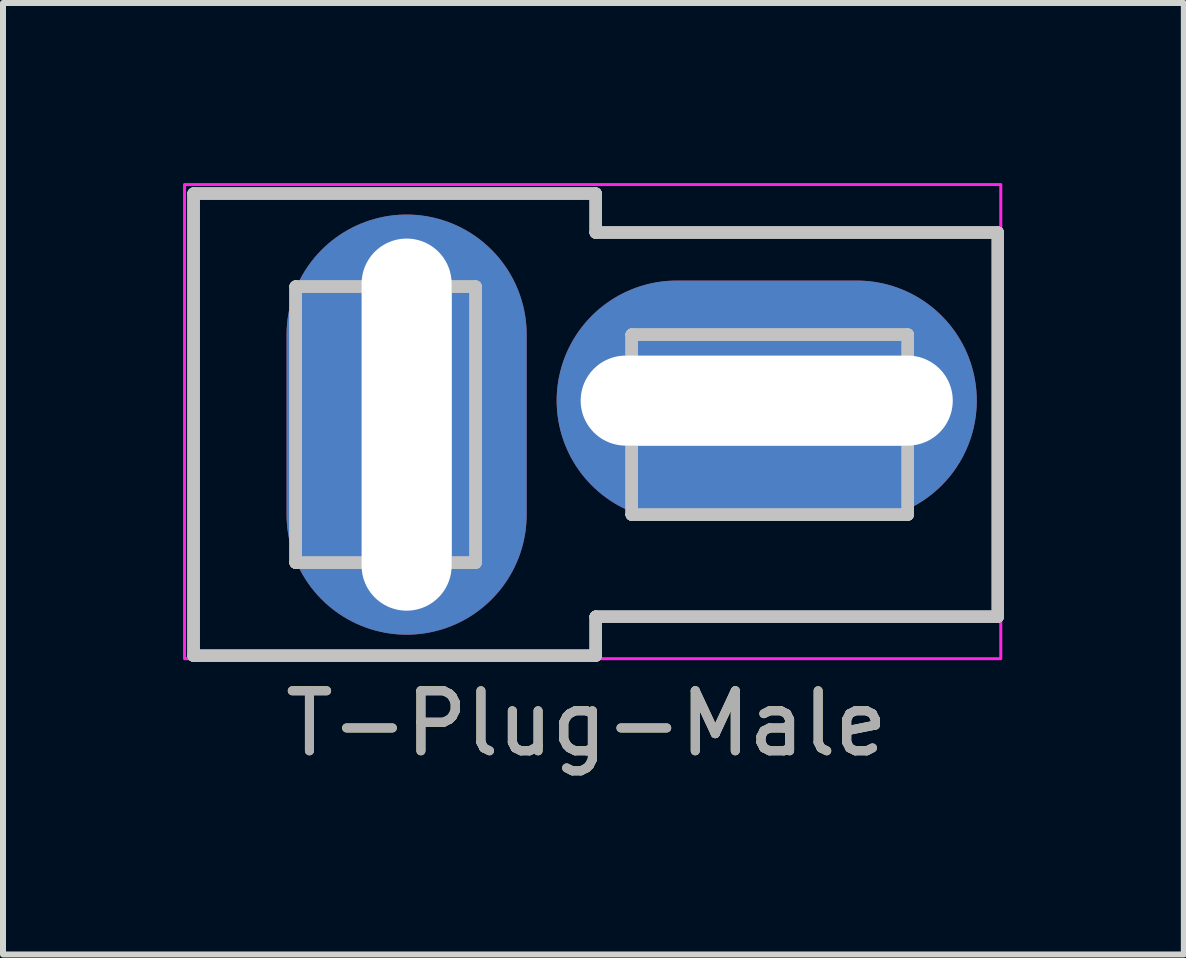
<source format=kicad_pcb>
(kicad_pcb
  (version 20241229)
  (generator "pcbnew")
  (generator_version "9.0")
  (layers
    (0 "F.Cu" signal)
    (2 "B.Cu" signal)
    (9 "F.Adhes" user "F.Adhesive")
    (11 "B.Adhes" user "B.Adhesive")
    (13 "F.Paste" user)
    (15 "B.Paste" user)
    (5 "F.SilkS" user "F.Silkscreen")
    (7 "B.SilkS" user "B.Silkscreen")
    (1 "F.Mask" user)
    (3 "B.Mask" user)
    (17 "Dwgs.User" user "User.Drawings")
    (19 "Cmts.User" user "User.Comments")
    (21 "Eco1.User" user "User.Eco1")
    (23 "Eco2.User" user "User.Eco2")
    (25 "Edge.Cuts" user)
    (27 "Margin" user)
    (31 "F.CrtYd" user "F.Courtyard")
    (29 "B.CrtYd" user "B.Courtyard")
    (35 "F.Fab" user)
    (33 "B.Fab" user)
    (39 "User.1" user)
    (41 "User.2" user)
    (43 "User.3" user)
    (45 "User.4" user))
  (footprint "T-Plug-Male"
    (layer "F.Cu")
    (at 6.725 3.925)
    (property "Reference" "T-Plug-Male" (at 0 5.08 0) (unlocked yes) (layer "F.SilkS") (effects (font (size 1 1) (thickness 0.15))))
    (attr through_hole)
    (fp_line (start -6.55 -3.75) (end -6.55 -3.75) (stroke (width 0.2) (type solid)) (layer "Dwgs.User"))
    (fp_line (start -6.55 -3.75) (end -6.55 -3.75) (stroke (width 0.2) (type solid)) (layer "Dwgs.User"))
    (fp_line (start -6.55 -3.75) (end 0.15 -3.75) (stroke (width 0.2) (type solid)) (layer "Dwgs.User"))
    (fp_line (start -6.55 -3.75) (end 0.15 -3.75) (stroke (width 0.2) (type solid)) (layer "Dwgs.User"))
    (fp_line (start -6.55 -3.75) (end 0.15 -3.75) (stroke (width 0.2) (type solid)) (layer "Dwgs.User"))
    (fp_line (start -6.55 -3.75) (end 0.15 -3.75) (stroke (width 0.2) (type solid)) (layer "Dwgs.User"))
    (fp_line (start -6.55 3.95) (end -6.55 -3.75) (stroke (width 0.2) (type solid)) (layer "Dwgs.User"))
    (fp_line (start -6.55 3.95) (end -6.55 -3.75) (stroke (width 0.2) (type solid)) (layer "Dwgs.User"))
    (fp_line (start -6.55 3.95) (end -6.55 -3.75) (stroke (width 0.2) (type solid)) (layer "Dwgs.User"))
    (fp_line (start -6.55 3.95) (end -6.55 -3.75) (stroke (width 0.2) (type solid)) (layer "Dwgs.User"))
    (fp_line (start -6.55 3.95) (end -6.55 3.95) (stroke (width 0.2) (type solid)) (layer "Dwgs.User"))
    (fp_line (start -6.55 3.95) (end -6.55 3.95) (stroke (width 0.2) (type solid)) (layer "Dwgs.User"))
    (fp_line (start -4.85 -2.2) (end -4.85 -2.2) (stroke (width 0.2) (type solid)) (layer "Dwgs.User"))
    (fp_line (start -4.85 -2.2) (end -4.85 -2.2) (stroke (width 0.2) (type solid)) (layer "Dwgs.User"))
    (fp_line (start -4.85 -2.2) (end -4.85 2.4) (stroke (width 0.2) (type solid)) (layer "Dwgs.User"))
    (fp_line (start -4.85 -2.2) (end -4.85 2.4) (stroke (width 0.2) (type solid)) (layer "Dwgs.User"))
    (fp_line (start -4.85 -2.2) (end -4.85 2.4) (stroke (width 0.2) (type solid)) (layer "Dwgs.User"))
    (fp_line (start -4.85 -2.2) (end -4.85 2.4) (stroke (width 0.2) (type solid)) (layer "Dwgs.User"))
    (fp_line (start -4.85 2.4) (end -4.85 2.4) (stroke (width 0.2) (type solid)) (layer "Dwgs.User"))
    (fp_line (start -4.85 2.4) (end -4.85 2.4) (stroke (width 0.2) (type solid)) (layer "Dwgs.User"))
    (fp_line (start -4.85 2.4) (end -3.6 2.4) (stroke (width 0.2) (type solid)) (layer "Dwgs.User"))
    (fp_line (start -4.85 2.4) (end -3.6 2.4) (stroke (width 0.2) (type solid)) (layer "Dwgs.User"))
    (fp_line (start -4.85 2.4) (end -3.6 2.4) (stroke (width 0.2) (type solid)) (layer "Dwgs.User"))
    (fp_line (start -4.85 2.4) (end -3.6 2.4) (stroke (width 0.2) (type solid)) (layer "Dwgs.User"))
    (fp_line (start -3.6 -2.2) (end -4.85 -2.2) (stroke (width 0.2) (type solid)) (layer "Dwgs.User"))
    (fp_line (start -3.6 -2.2) (end -4.85 -2.2) (stroke (width 0.2) (type solid)) (layer "Dwgs.User"))
    (fp_line (start -3.6 -2.2) (end -4.85 -2.2) (stroke (width 0.2) (type solid)) (layer "Dwgs.User"))
    (fp_line (start -3.6 -2.2) (end -4.85 -2.2) (stroke (width 0.2) (type solid)) (layer "Dwgs.User"))
    (fp_line (start -3.6 -2.2) (end -3.6 -2.2) (stroke (width 0.2) (type solid)) (layer "Dwgs.User"))
    (fp_line (start -3.6 -2.2) (end -3.6 -2.2) (stroke (width 0.2) (type solid)) (layer "Dwgs.User"))
    (fp_line (start -3.6 -2.2) (end -3.6 -2.2) (stroke (width 0.2) (type solid)) (layer "Dwgs.User"))
    (fp_line (start -3.6 -2.2) (end -3.6 -2.2) (stroke (width 0.2) (type solid)) (layer "Dwgs.User"))
    (fp_line (start -3.6 -2.2) (end -3.6 -2.2) (stroke (width 0.2) (type solid)) (layer "Dwgs.User"))
    (fp_line (start -3.6 -2.2) (end -3.6 -2.2) (stroke (width 0.2) (type solid)) (layer "Dwgs.User"))
    (fp_line (start -3.6 -2.2) (end -3.6 2.4) (stroke (width 0.2) (type solid)) (layer "Dwgs.User"))
    (fp_line (start -3.6 -2.2) (end -3.6 2.4) (stroke (width 0.2) (type solid)) (layer "Dwgs.User"))
    (fp_line (start -3.6 -2.2) (end -3.6 2.4) (stroke (width 0.2) (type solid)) (layer "Dwgs.User"))
    (fp_line (start -3.6 -2.2) (end -3.6 2.4) (stroke (width 0.2) (type solid)) (layer "Dwgs.User"))
    (fp_line (start -3.6 -2.2) (end -2.35 -2.2) (stroke (width 0.2) (type solid)) (layer "Dwgs.User"))
    (fp_line (start -3.6 -2.2) (end -2.35 -2.2) (stroke (width 0.2) (type solid)) (layer "Dwgs.User"))
    (fp_line (start -3.6 2.4) (end -3.6 -2.2) (stroke (width 0.2) (type solid)) (layer "Dwgs.User"))
    (fp_line (start -3.6 2.4) (end -3.6 -2.2) (stroke (width 0.2) (type solid)) (layer "Dwgs.User"))
    (fp_line (start -3.6 2.4) (end -3.6 -2.2) (stroke (width 0.2) (type solid)) (layer "Dwgs.User"))
    (fp_line (start -3.6 2.4) (end -3.6 -2.2) (stroke (width 0.2) (type solid)) (layer "Dwgs.User"))
    (fp_line (start -3.6 2.4) (end -3.6 2.4) (stroke (width 0.2) (type solid)) (layer "Dwgs.User"))
    (fp_line (start -3.6 2.4) (end -3.6 2.4) (stroke (width 0.2) (type solid)) (layer "Dwgs.User"))
    (fp_line (start -3.6 2.4) (end -3.6 2.4) (stroke (width 0.2) (type solid)) (layer "Dwgs.User"))
    (fp_line (start -3.6 2.4) (end -3.6 2.4) (stroke (width 0.2) (type solid)) (layer "Dwgs.User"))
    (fp_line (start -3.6 2.4) (end -3.6 2.4) (stroke (width 0.2) (type solid)) (layer "Dwgs.User"))
    (fp_line (start -3.6 2.4) (end -3.6 2.4) (stroke (width 0.2) (type solid)) (layer "Dwgs.User"))
    (fp_line (start -3.6 2.4) (end -2.35 2.4) (stroke (width 0.2) (type solid)) (layer "Dwgs.User"))
    (fp_line (start -3.6 2.4) (end -2.35 2.4) (stroke (width 0.2) (type solid)) (layer "Dwgs.User"))
    (fp_line (start -3.6 2.4) (end -2.35 2.4) (stroke (width 0.2) (type solid)) (layer "Dwgs.User"))
    (fp_line (start -3.6 2.4) (end -2.35 2.4) (stroke (width 0.2) (type solid)) (layer "Dwgs.User"))
    (fp_line (start -3.6 2.4) (end -2.35 2.4) (stroke (width 0.2) (type solid)) (layer "Dwgs.User"))
    (fp_line (start -3.6 2.4) (end -2.35 2.4) (stroke (width 0.2) (type solid)) (layer "Dwgs.User"))
    (fp_line (start -2.35 -2.2) (end -3.6 -2.2) (stroke (width 0.2) (type solid)) (layer "Dwgs.User"))
    (fp_line (start -2.35 -2.2) (end -3.6 -2.2) (stroke (width 0.2) (type solid)) (layer "Dwgs.User"))
    (fp_line (start -2.35 -2.2) (end -3.6 -2.2) (stroke (width 0.2) (type solid)) (layer "Dwgs.User"))
    (fp_line (start -2.35 -2.2) (end -3.6 -2.2) (stroke (width 0.2) (type solid)) (layer "Dwgs.User"))
    (fp_line (start -2.35 -2.2) (end -3.6 -2.2) (stroke (width 0.2) (type solid)) (layer "Dwgs.User"))
    (fp_line (start -2.35 -2.2) (end -3.6 -2.2) (stroke (width 0.2) (type solid)) (layer "Dwgs.User"))
    (fp_line (start -2.35 -2.2) (end -2.35 -2.2) (stroke (width 0.2) (type solid)) (layer "Dwgs.User"))
    (fp_line (start -2.35 -2.2) (end -2.35 -2.2) (stroke (width 0.2) (type solid)) (layer "Dwgs.User"))
    (fp_line (start -2.35 -2.2) (end -2.35 -2.2) (stroke (width 0.2) (type solid)) (layer "Dwgs.User"))
    (fp_line (start -2.35 -2.2) (end -2.35 -2.2) (stroke (width 0.2) (type solid)) (layer "Dwgs.User"))
    (fp_line (start -2.35 -2.2) (end -2.35 -2.2) (stroke (width 0.2) (type solid)) (layer "Dwgs.User"))
    (fp_line (start -2.35 -2.2) (end -2.35 -2.2) (stroke (width 0.2) (type solid)) (layer "Dwgs.User"))
    (fp_line (start -2.35 -2.2) (end -2.35 2.4) (stroke (width 0.2) (type solid)) (layer "Dwgs.User"))
    (fp_line (start -2.35 -2.2) (end -2.35 2.4) (stroke (width 0.2) (type solid)) (layer "Dwgs.User"))
    (fp_line (start -2.35 -2.2) (end -2.35 2.4) (stroke (width 0.2) (type solid)) (layer "Dwgs.User"))
    (fp_line (start -2.35 -2.2) (end -2.35 2.4) (stroke (width 0.2) (type solid)) (layer "Dwgs.User"))
    (fp_line (start -2.35 2.4) (end -3.6 2.4) (stroke (width 0.2) (type solid)) (layer "Dwgs.User"))
    (fp_line (start -2.35 2.4) (end -3.6 2.4) (stroke (width 0.2) (type solid)) (layer "Dwgs.User"))
    (fp_line (start -2.35 2.4) (end -2.35 -2.2) (stroke (width 0.2) (type solid)) (layer "Dwgs.User"))
    (fp_line (start -2.35 2.4) (end -2.35 -2.2) (stroke (width 0.2) (type solid)) (layer "Dwgs.User"))
    (fp_line (start -2.35 2.4) (end -2.35 -2.2) (stroke (width 0.2) (type solid)) (layer "Dwgs.User"))
    (fp_line (start -2.35 2.4) (end -2.35 -2.2) (stroke (width 0.2) (type solid)) (layer "Dwgs.User"))
    (fp_line (start -2.35 2.4) (end -2.35 2.4) (stroke (width 0.2) (type solid)) (layer "Dwgs.User"))
    (fp_line (start -2.35 2.4) (end -2.35 2.4) (stroke (width 0.2) (type solid)) (layer "Dwgs.User"))
    (fp_line (start -2.35 2.4) (end -2.35 2.4) (stroke (width 0.2) (type solid)) (layer "Dwgs.User"))
    (fp_line (start -2.35 2.4) (end -2.35 2.4) (stroke (width 0.2) (type solid)) (layer "Dwgs.User"))
    (fp_line (start -2.35 2.4) (end -2.35 2.4) (stroke (width 0.2) (type solid)) (layer "Dwgs.User"))
    (fp_line (start -2.35 2.4) (end -2.35 2.4) (stroke (width 0.2) (type solid)) (layer "Dwgs.User"))
    (fp_line (start -2.35 2.4) (end -1.85 2.4) (stroke (width 0.2) (type solid)) (layer "Dwgs.User"))
    (fp_line (start -2.35 2.4) (end -1.85 2.4) (stroke (width 0.2) (type solid)) (layer "Dwgs.User"))
    (fp_line (start -2.35 2.4) (end -1.85 2.4) (stroke (width 0.2) (type solid)) (layer "Dwgs.User"))
    (fp_line (start -2.35 2.4) (end -1.85 2.4) (stroke (width 0.2) (type solid)) (layer "Dwgs.User"))
    (fp_line (start -1.85 -2.2) (end -2.35 -2.2) (stroke (width 0.2) (type solid)) (layer "Dwgs.User"))
    (fp_line (start -1.85 -2.2) (end -2.35 -2.2) (stroke (width 0.2) (type solid)) (layer "Dwgs.User"))
    (fp_line (start -1.85 -2.2) (end -2.35 -2.2) (stroke (width 0.2) (type solid)) (layer "Dwgs.User"))
    (fp_line (start -1.85 -2.2) (end -2.35 -2.2) (stroke (width 0.2) (type solid)) (layer "Dwgs.User"))
    (fp_line (start -1.85 -2.2) (end -1.85 -2.2) (stroke (width 0.2) (type solid)) (layer "Dwgs.User"))
    (fp_line (start -1.85 -2.2) (end -1.85 -2.2) (stroke (width 0.2) (type solid)) (layer "Dwgs.User"))
    (fp_line (start -1.85 2.4) (end -1.85 -2.2) (stroke (width 0.2) (type solid)) (layer "Dwgs.User"))
    (fp_line (start -1.85 2.4) (end -1.85 -2.2) (stroke (width 0.2) (type solid)) (layer "Dwgs.User"))
    (fp_line (start -1.85 2.4) (end -1.85 -2.2) (stroke (width 0.2) (type solid)) (layer "Dwgs.User"))
    (fp_line (start -1.85 2.4) (end -1.85 -2.2) (stroke (width 0.2) (type solid)) (layer "Dwgs.User"))
    (fp_line (start -1.85 2.4) (end -1.85 2.4) (stroke (width 0.2) (type solid)) (layer "Dwgs.User"))
    (fp_line (start -1.85 2.4) (end -1.85 2.4) (stroke (width 0.2) (type solid)) (layer "Dwgs.User"))
    (fp_line (start 0.15 -3.75) (end 0.15 -3.75) (stroke (width 0.2) (type solid)) (layer "Dwgs.User"))
    (fp_line (start 0.15 -3.75) (end 0.15 -3.75) (stroke (width 0.2) (type solid)) (layer "Dwgs.User"))
    (fp_line (start 0.15 -3.75) (end 0.15 -3.1) (stroke (width 0.2) (type solid)) (layer "Dwgs.User"))
    (fp_line (start 0.15 -3.75) (end 0.15 -3.1) (stroke (width 0.2) (type solid)) (layer "Dwgs.User"))
    (fp_line (start 0.15 -3.75) (end 0.15 -3.1) (stroke (width 0.2) (type solid)) (layer "Dwgs.User"))
    (fp_line (start 0.15 -3.75) (end 0.15 -3.1) (stroke (width 0.2) (type solid)) (layer "Dwgs.User"))
    (fp_line (start 0.15 -3.1) (end 0.15 -3.1) (stroke (width 0.2) (type solid)) (layer "Dwgs.User"))
    (fp_line (start 0.15 -3.1) (end 0.15 -3.1) (stroke (width 0.2) (type solid)) (layer "Dwgs.User"))
    (fp_line (start 0.15 3.3) (end 0.15 3.3) (stroke (width 0.2) (type solid)) (layer "Dwgs.User"))
    (fp_line (start 0.15 3.3) (end 0.15 3.3) (stroke (width 0.2) (type solid)) (layer "Dwgs.User"))
    (fp_line (start 0.15 3.3) (end 0.15 3.95) (stroke (width 0.2) (type solid)) (layer "Dwgs.User"))
    (fp_line (start 0.15 3.3) (end 0.15 3.95) (stroke (width 0.2) (type solid)) (layer "Dwgs.User"))
    (fp_line (start 0.15 3.3) (end 0.15 3.95) (stroke (width 0.2) (type solid)) (layer "Dwgs.User"))
    (fp_line (start 0.15 3.3) (end 0.15 3.95) (stroke (width 0.2) (type solid)) (layer "Dwgs.User"))
    (fp_line (start 0.15 3.3) (end 6.85 3.3) (stroke (width 0.2) (type solid)) (layer "Dwgs.User"))
    (fp_line (start 0.15 3.3) (end 6.85 3.3) (stroke (width 0.2) (type solid)) (layer "Dwgs.User"))
    (fp_line (start 0.15 3.3) (end 6.85 3.3) (stroke (width 0.2) (type solid)) (layer "Dwgs.User"))
    (fp_line (start 0.15 3.3) (end 6.85 3.3) (stroke (width 0.2) (type solid)) (layer "Dwgs.User"))
    (fp_line (start 0.15 3.95) (end -6.55 3.95) (stroke (width 0.2) (type solid)) (layer "Dwgs.User"))
    (fp_line (start 0.15 3.95) (end -6.55 3.95) (stroke (width 0.2) (type solid)) (layer "Dwgs.User"))
    (fp_line (start 0.15 3.95) (end -6.55 3.95) (stroke (width 0.2) (type solid)) (layer "Dwgs.User"))
    (fp_line (start 0.15 3.95) (end -6.55 3.95) (stroke (width 0.2) (type solid)) (layer "Dwgs.User"))
    (fp_line (start 0.15 3.95) (end 0.15 3.95) (stroke (width 0.2) (type solid)) (layer "Dwgs.User"))
    (fp_line (start 0.15 3.95) (end 0.15 3.95) (stroke (width 0.2) (type solid)) (layer "Dwgs.User"))
    (fp_line (start 0.75 -1.4) (end 0.75 -1.4) (stroke (width 0.2) (type solid)) (layer "Dwgs.User"))
    (fp_line (start 0.75 -1.4) (end 0.75 -1.4) (stroke (width 0.2) (type solid)) (layer "Dwgs.User"))
    (fp_line (start 0.75 -1.4) (end 5.35 -1.4) (stroke (width 0.2) (type solid)) (layer "Dwgs.User"))
    (fp_line (start 0.75 -1.4) (end 5.35 -1.4) (stroke (width 0.2) (type solid)) (layer "Dwgs.User"))
    (fp_line (start 0.75 -1.4) (end 5.35 -1.4) (stroke (width 0.2) (type solid)) (layer "Dwgs.User"))
    (fp_line (start 0.75 -1.4) (end 5.35 -1.4) (stroke (width 0.2) (type solid)) (layer "Dwgs.User"))
    (fp_line (start 0.75 -0.9) (end 0.75 -1.4) (stroke (width 0.2) (type solid)) (layer "Dwgs.User"))
    (fp_line (start 0.75 -0.9) (end 0.75 -1.4) (stroke (width 0.2) (type solid)) (layer "Dwgs.User"))
    (fp_line (start 0.75 -0.9) (end 0.75 -1.4) (stroke (width 0.2) (type solid)) (layer "Dwgs.User"))
    (fp_line (start 0.75 -0.9) (end 0.75 -1.4) (stroke (width 0.2) (type solid)) (layer "Dwgs.User"))
    (fp_line (start 0.75 -0.9) (end 0.75 -0.9) (stroke (width 0.2) (type solid)) (layer "Dwgs.User"))
    (fp_line (start 0.75 -0.9) (end 0.75 -0.9) (stroke (width 0.2) (type solid)) (layer "Dwgs.User"))
    (fp_line (start 0.75 -0.9) (end 0.75 -0.9) (stroke (width 0.2) (type solid)) (layer "Dwgs.User"))
    (fp_line (start 0.75 -0.9) (end 0.75 -0.9) (stroke (width 0.2) (type solid)) (layer "Dwgs.User"))
    (fp_line (start 0.75 -0.9) (end 0.75 -0.9) (stroke (width 0.2) (type solid)) (layer "Dwgs.User"))
    (fp_line (start 0.75 -0.9) (end 0.75 -0.9) (stroke (width 0.2) (type solid)) (layer "Dwgs.User"))
    (fp_line (start 0.75 -0.9) (end 0.75 0.35) (stroke (width 0.2) (type solid)) (layer "Dwgs.User"))
    (fp_line (start 0.75 -0.9) (end 0.75 0.35) (stroke (width 0.2) (type solid)) (layer "Dwgs.User"))
    (fp_line (start 0.75 -0.9) (end 0.75 0.35) (stroke (width 0.2) (type solid)) (layer "Dwgs.User"))
    (fp_line (start 0.75 -0.9) (end 0.75 0.35) (stroke (width 0.2) (type solid)) (layer "Dwgs.User"))
    (fp_line (start 0.75 -0.9) (end 5.35 -0.9) (stroke (width 0.2) (type solid)) (layer "Dwgs.User"))
    (fp_line (start 0.75 -0.9) (end 5.35 -0.9) (stroke (width 0.2) (type solid)) (layer "Dwgs.User"))
    (fp_line (start 0.75 -0.9) (end 5.35 -0.9) (stroke (width 0.2) (type solid)) (layer "Dwgs.User"))
    (fp_line (start 0.75 -0.9) (end 5.35 -0.9) (stroke (width 0.2) (type solid)) (layer "Dwgs.User"))
    (fp_line (start 0.75 0.35) (end 0.75 -0.9) (stroke (width 0.2) (type solid)) (layer "Dwgs.User"))
    (fp_line (start 0.75 0.35) (end 0.75 -0.9) (stroke (width 0.2) (type solid)) (layer "Dwgs.User"))
    (fp_line (start 0.75 0.35) (end 0.75 -0.9) (stroke (width 0.2) (type solid)) (layer "Dwgs.User"))
    (fp_line (start 0.75 0.35) (end 0.75 -0.9) (stroke (width 0.2) (type solid)) (layer "Dwgs.User"))
    (fp_line (start 0.75 0.35) (end 0.75 0.35) (stroke (width 0.2) (type solid)) (layer "Dwgs.User"))
    (fp_line (start 0.75 0.35) (end 0.75 0.35) (stroke (width 0.2) (type solid)) (layer "Dwgs.User"))
    (fp_line (start 0.75 0.35) (end 0.75 0.35) (stroke (width 0.2) (type solid)) (layer "Dwgs.User"))
    (fp_line (start 0.75 0.35) (end 0.75 0.35) (stroke (width 0.2) (type solid)) (layer "Dwgs.User"))
    (fp_line (start 0.75 0.35) (end 0.75 0.35) (stroke (width 0.2) (type solid)) (layer "Dwgs.User"))
    (fp_line (start 0.75 0.35) (end 0.75 0.35) (stroke (width 0.2) (type solid)) (layer "Dwgs.User"))
    (fp_line (start 0.75 0.35) (end 5.35 0.35) (stroke (width 0.2) (type solid)) (layer "Dwgs.User"))
    (fp_line (start 0.75 0.35) (end 5.35 0.35) (stroke (width 0.2) (type solid)) (layer "Dwgs.User"))
    (fp_line (start 0.75 0.35) (end 5.35 0.35) (stroke (width 0.2) (type solid)) (layer "Dwgs.User"))
    (fp_line (start 0.75 0.35) (end 5.35 0.35) (stroke (width 0.2) (type solid)) (layer "Dwgs.User"))
    (fp_line (start 0.75 1.6) (end 0.75 0.35) (stroke (width 0.2) (type solid)) (layer "Dwgs.User"))
    (fp_line (start 0.75 1.6) (end 0.75 0.35) (stroke (width 0.2) (type solid)) (layer "Dwgs.User"))
    (fp_line (start 0.75 1.6) (end 0.75 0.35) (stroke (width 0.2) (type solid)) (layer "Dwgs.User"))
    (fp_line (start 0.75 1.6) (end 0.75 0.35) (stroke (width 0.2) (type solid)) (layer "Dwgs.User"))
    (fp_line (start 0.75 1.6) (end 0.75 1.6) (stroke (width 0.2) (type solid)) (layer "Dwgs.User"))
    (fp_line (start 0.75 1.6) (end 0.75 1.6) (stroke (width 0.2) (type solid)) (layer "Dwgs.User"))
    (fp_line (start 5.35 -1.4) (end 5.35 -1.4) (stroke (width 0.2) (type solid)) (layer "Dwgs.User"))
    (fp_line (start 5.35 -1.4) (end 5.35 -1.4) (stroke (width 0.2) (type solid)) (layer "Dwgs.User"))
    (fp_line (start 5.35 -1.4) (end 5.35 -0.9) (stroke (width 0.2) (type solid)) (layer "Dwgs.User"))
    (fp_line (start 5.35 -1.4) (end 5.35 -0.9) (stroke (width 0.2) (type solid)) (layer "Dwgs.User"))
    (fp_line (start 5.35 -1.4) (end 5.35 -0.9) (stroke (width 0.2) (type solid)) (layer "Dwgs.User"))
    (fp_line (start 5.35 -1.4) (end 5.35 -0.9) (stroke (width 0.2) (type solid)) (layer "Dwgs.User"))
    (fp_line (start 5.35 -0.9) (end 0.75 -0.9) (stroke (width 0.2) (type solid)) (layer "Dwgs.User"))
    (fp_line (start 5.35 -0.9) (end 0.75 -0.9) (stroke (width 0.2) (type solid)) (layer "Dwgs.User"))
    (fp_line (start 5.35 -0.9) (end 0.75 -0.9) (stroke (width 0.2) (type solid)) (layer "Dwgs.User"))
    (fp_line (start 5.35 -0.9) (end 0.75 -0.9) (stroke (width 0.2) (type solid)) (layer "Dwgs.User"))
    (fp_line (start 5.35 -0.9) (end 5.35 -0.9) (stroke (width 0.2) (type solid)) (layer "Dwgs.User"))
    (fp_line (start 5.35 -0.9) (end 5.35 -0.9) (stroke (width 0.2) (type solid)) (layer "Dwgs.User"))
    (fp_line (start 5.35 -0.9) (end 5.35 -0.9) (stroke (width 0.2) (type solid)) (layer "Dwgs.User"))
    (fp_line (start 5.35 -0.9) (end 5.35 -0.9) (stroke (width 0.2) (type solid)) (layer "Dwgs.User"))
    (fp_line (start 5.35 -0.9) (end 5.35 -0.9) (stroke (width 0.2) (type solid)) (layer "Dwgs.User"))
    (fp_line (start 5.35 -0.9) (end 5.35 -0.9) (stroke (width 0.2) (type solid)) (layer "Dwgs.User"))
    (fp_line (start 5.35 -0.9) (end 5.35 0.35) (stroke (width 0.2) (type solid)) (layer "Dwgs.User"))
    (fp_line (start 5.35 -0.9) (end 5.35 0.35) (stroke (width 0.2) (type solid)) (layer "Dwgs.User"))
    (fp_line (start 5.35 -0.9) (end 5.35 0.35) (stroke (width 0.2) (type solid)) (layer "Dwgs.User"))
    (fp_line (start 5.35 -0.9) (end 5.35 0.35) (stroke (width 0.2) (type solid)) (layer "Dwgs.User"))
    (fp_line (start 5.35 0.35) (end 0.75 0.35) (stroke (width 0.2) (type solid)) (layer "Dwgs.User"))
    (fp_line (start 5.35 0.35) (end 0.75 0.35) (stroke (width 0.2) (type solid)) (layer "Dwgs.User"))
    (fp_line (start 5.35 0.35) (end 0.75 0.35) (stroke (width 0.2) (type solid)) (layer "Dwgs.User"))
    (fp_line (start 5.35 0.35) (end 0.75 0.35) (stroke (width 0.2) (type solid)) (layer "Dwgs.User"))
    (fp_line (start 5.35 0.35) (end 5.35 -0.9) (stroke (width 0.2) (type solid)) (layer "Dwgs.User"))
    (fp_line (start 5.35 0.35) (end 5.35 -0.9) (stroke (width 0.2) (type solid)) (layer "Dwgs.User"))
    (fp_line (start 5.35 0.35) (end 5.35 -0.9) (stroke (width 0.2) (type solid)) (layer "Dwgs.User"))
    (fp_line (start 5.35 0.35) (end 5.35 -0.9) (stroke (width 0.2) (type solid)) (layer "Dwgs.User"))
    (fp_line (start 5.35 0.35) (end 5.35 0.35) (stroke (width 0.2) (type solid)) (layer "Dwgs.User"))
    (fp_line (start 5.35 0.35) (end 5.35 0.35) (stroke (width 0.2) (type solid)) (layer "Dwgs.User"))
    (fp_line (start 5.35 0.35) (end 5.35 0.35) (stroke (width 0.2) (type solid)) (layer "Dwgs.User"))
    (fp_line (start 5.35 0.35) (end 5.35 0.35) (stroke (width 0.2) (type solid)) (layer "Dwgs.User"))
    (fp_line (start 5.35 0.35) (end 5.35 0.35) (stroke (width 0.2) (type solid)) (layer "Dwgs.User"))
    (fp_line (start 5.35 0.35) (end 5.35 0.35) (stroke (width 0.2) (type solid)) (layer "Dwgs.User"))
    (fp_line (start 5.35 0.35) (end 5.35 1.6) (stroke (width 0.2) (type solid)) (layer "Dwgs.User"))
    (fp_line (start 5.35 0.35) (end 5.35 1.6) (stroke (width 0.2) (type solid)) (layer "Dwgs.User"))
    (fp_line (start 5.35 0.35) (end 5.35 1.6) (stroke (width 0.2) (type solid)) (layer "Dwgs.User"))
    (fp_line (start 5.35 0.35) (end 5.35 1.6) (stroke (width 0.2) (type solid)) (layer "Dwgs.User"))
    (fp_line (start 5.35 1.6) (end 0.75 1.6) (stroke (width 0.2) (type solid)) (layer "Dwgs.User"))
    (fp_line (start 5.35 1.6) (end 0.75 1.6) (stroke (width 0.2) (type solid)) (layer "Dwgs.User"))
    (fp_line (start 5.35 1.6) (end 0.75 1.6) (stroke (width 0.2) (type solid)) (layer "Dwgs.User"))
    (fp_line (start 5.35 1.6) (end 0.75 1.6) (stroke (width 0.2) (type solid)) (layer "Dwgs.User"))
    (fp_line (start 5.35 1.6) (end 5.35 1.6) (stroke (width 0.2) (type solid)) (layer "Dwgs.User"))
    (fp_line (start 5.35 1.6) (end 5.35 1.6) (stroke (width 0.2) (type solid)) (layer "Dwgs.User"))
    (fp_line (start 6.85 -3.1) (end 0.15 -3.1) (stroke (width 0.2) (type solid)) (layer "Dwgs.User"))
    (fp_line (start 6.85 -3.1) (end 0.15 -3.1) (stroke (width 0.2) (type solid)) (layer "Dwgs.User"))
    (fp_line (start 6.85 -3.1) (end 0.15 -3.1) (stroke (width 0.2) (type solid)) (layer "Dwgs.User"))
    (fp_line (start 6.85 -3.1) (end 0.15 -3.1) (stroke (width 0.2) (type solid)) (layer "Dwgs.User"))
    (fp_line (start 6.85 -3.1) (end 6.85 -3.1) (stroke (width 0.2) (type solid)) (layer "Dwgs.User"))
    (fp_line (start 6.85 -3.1) (end 6.85 -3.1) (stroke (width 0.2) (type solid)) (layer "Dwgs.User"))
    (fp_line (start 6.85 3.3) (end 6.85 -3.1) (stroke (width 0.2) (type solid)) (layer "Dwgs.User"))
    (fp_line (start 6.85 3.3) (end 6.85 -3.1) (stroke (width 0.2) (type solid)) (layer "Dwgs.User"))
    (fp_line (start 6.85 3.3) (end 6.85 -3.1) (stroke (width 0.2) (type solid)) (layer "Dwgs.User"))
    (fp_line (start 6.85 3.3) (end 6.85 -3.1) (stroke (width 0.2) (type solid)) (layer "Dwgs.User"))
    (fp_line (start 6.85 3.3) (end 6.85 3.3) (stroke (width 0.2) (type solid)) (layer "Dwgs.User"))
    (fp_line (start 6.85 3.3) (end 6.85 3.3) (stroke (width 0.2) (type solid)) (layer "Dwgs.User"))
    (fp_rect (start -6.7 -3.9) (end 6.9 4) (stroke (width 0.05) (type solid)) (fill no) (layer "F.CrtYd"))
    (fp_text user "${REFERENCE}" (at 0 5.08 0) (unlocked yes) (layer "F.Fab") (effects (font (size 1 1) (thickness 0.15))))
    (pad "1" thru_hole oval (at -3 0.1) (size 4 7) (drill oval 1.5 6.2) (layers "*.Cu" "*.Mask"))
    (pad "2" thru_hole oval (at 3 -0.3 90) (size 4 7) (drill oval 1.5 6.2) (layers "*.Cu" "*.Mask")))
  (gr_rect
    (start -3 -3)
    (end 16.675 12.853)
    (stroke (width 0.1) (type default))
    (fill no)
    (layer "Edge.Cuts")))
</source>
